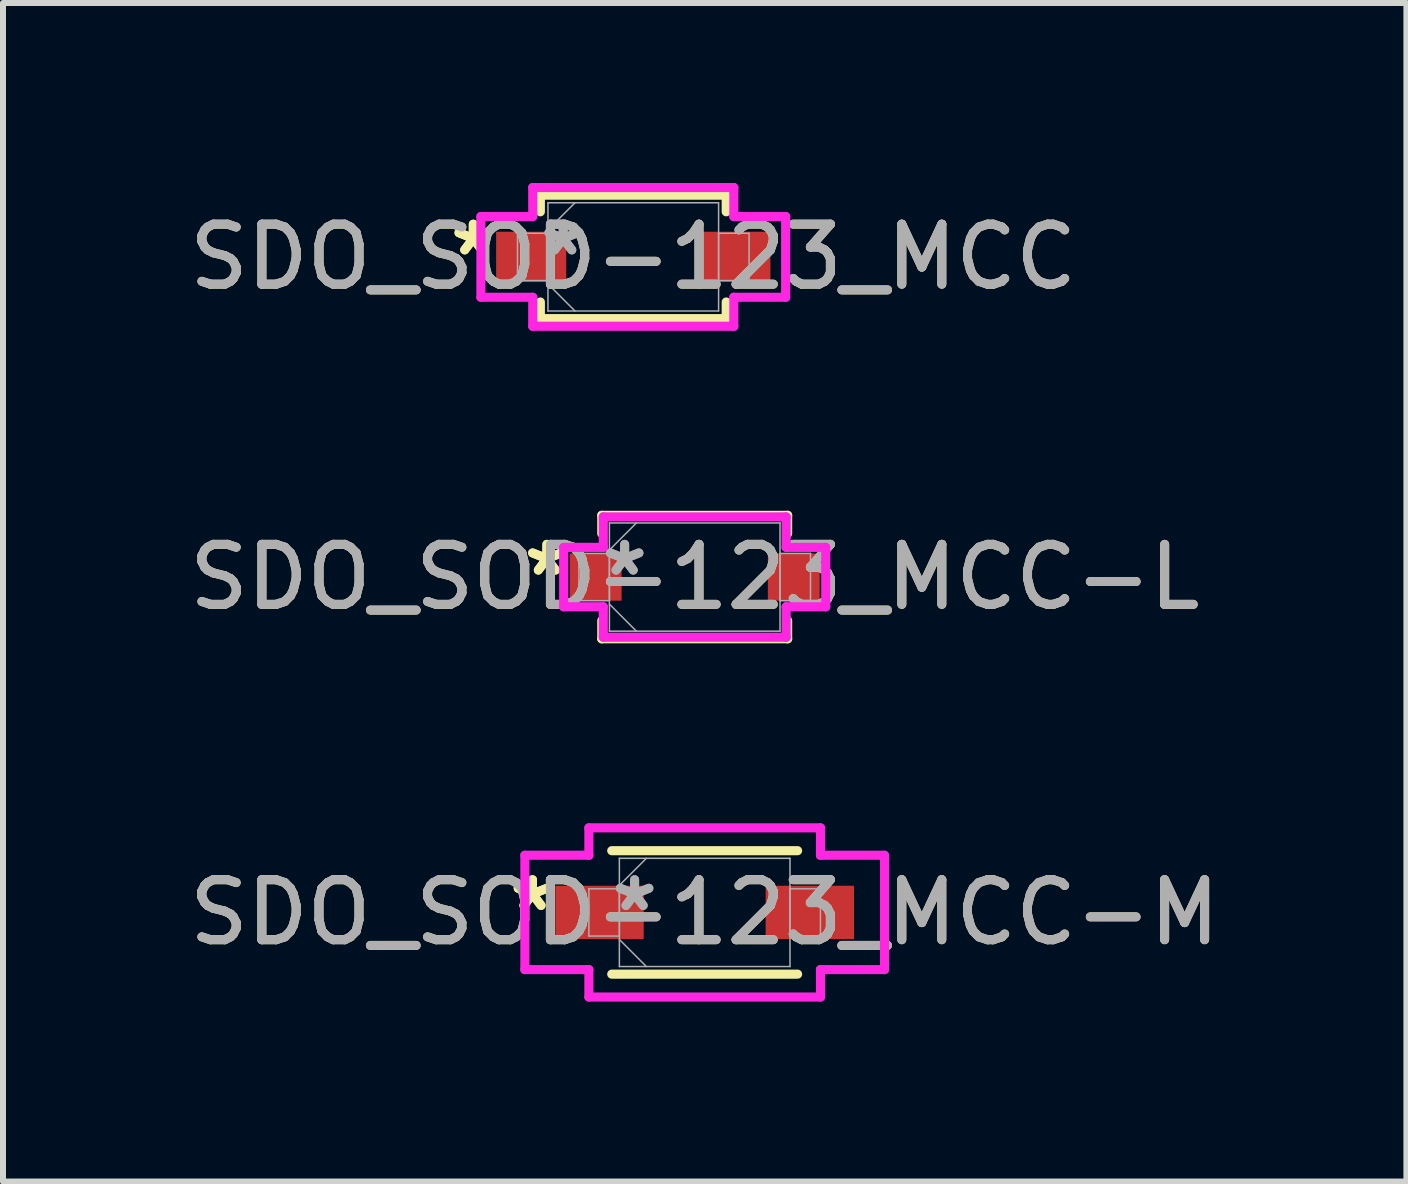
<source format=kicad_pcb>
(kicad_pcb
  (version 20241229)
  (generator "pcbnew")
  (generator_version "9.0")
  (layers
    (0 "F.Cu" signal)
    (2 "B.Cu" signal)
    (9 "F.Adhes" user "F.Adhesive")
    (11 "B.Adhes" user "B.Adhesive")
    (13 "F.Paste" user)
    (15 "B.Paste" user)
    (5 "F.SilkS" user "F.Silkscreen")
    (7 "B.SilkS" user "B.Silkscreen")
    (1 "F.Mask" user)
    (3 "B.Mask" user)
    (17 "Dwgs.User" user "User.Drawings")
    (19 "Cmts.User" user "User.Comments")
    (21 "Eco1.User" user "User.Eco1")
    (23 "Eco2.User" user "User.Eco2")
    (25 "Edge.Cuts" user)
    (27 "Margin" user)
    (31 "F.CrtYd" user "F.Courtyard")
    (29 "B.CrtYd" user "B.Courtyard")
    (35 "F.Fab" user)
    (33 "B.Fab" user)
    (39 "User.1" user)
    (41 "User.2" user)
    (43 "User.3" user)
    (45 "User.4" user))
  (footprint "SDO_SOD-123_MCC-M"
    (layer "F.Cu")
    (at 8.696 12.159)
    (property "Reference" "SDO_SOD-123_MCC-M" (at 0 0 0) (unlocked yes) (layer "F.SilkS") (effects (font (size 1 1) (thickness 0.15))))
    (attr smd)
    (fp_line (start -1.549 1.029) (end 1.549 1.029) (stroke (width 0.152) (type solid)) (layer "F.SilkS"))
    (fp_line (start 1.549 -1.029) (end -1.549 -1.029) (stroke (width 0.152) (type solid)) (layer "F.SilkS"))
    (fp_line (start -2.997 -0.953) (end -1.93 -0.953) (stroke (width 0.152) (type solid)) (layer "F.CrtYd"))
    (fp_line (start -2.997 0.953) (end -2.997 -0.953) (stroke (width 0.152) (type solid)) (layer "F.CrtYd"))
    (fp_line (start -1.93 -1.41) (end 1.93 -1.41) (stroke (width 0.152) (type solid)) (layer "F.CrtYd"))
    (fp_line (start -1.93 -0.953) (end -1.93 -1.41) (stroke (width 0.152) (type solid)) (layer "F.CrtYd"))
    (fp_line (start -1.93 0.953) (end -2.997 0.953) (stroke (width 0.152) (type solid)) (layer "F.CrtYd"))
    (fp_line (start -1.93 1.41) (end -1.93 0.953) (stroke (width 0.152) (type solid)) (layer "F.CrtYd"))
    (fp_line (start 1.93 -1.41) (end 1.93 -0.953) (stroke (width 0.152) (type solid)) (layer "F.CrtYd"))
    (fp_line (start 1.93 -0.953) (end 2.997 -0.953) (stroke (width 0.152) (type solid)) (layer "F.CrtYd"))
    (fp_line (start 1.93 0.953) (end 1.93 1.41) (stroke (width 0.152) (type solid)) (layer "F.CrtYd"))
    (fp_line (start 1.93 1.41) (end -1.93 1.41) (stroke (width 0.152) (type solid)) (layer "F.CrtYd"))
    (fp_line (start 2.997 -0.953) (end 2.997 0.953) (stroke (width 0.152) (type solid)) (layer "F.CrtYd"))
    (fp_line (start 2.997 0.953) (end 1.93 0.953) (stroke (width 0.152) (type solid)) (layer "F.CrtYd"))
    (fp_line (start -1.93 -0.394) (end -1.93 0.394) (stroke (width 0.025) (type solid)) (layer "F.Fab"))
    (fp_line (start -1.93 0.394) (end -1.422 0.394) (stroke (width 0.025) (type solid)) (layer "F.Fab"))
    (fp_line (start -1.422 -0.902) (end -1.422 0.902) (stroke (width 0.025) (type solid)) (layer "F.Fab"))
    (fp_line (start -1.422 -0.451) (end -0.972 -0.902) (stroke (width 0.025) (type solid)) (layer "F.Fab"))
    (fp_line (start -1.422 -0.394) (end -1.93 -0.394) (stroke (width 0.025) (type solid)) (layer "F.Fab"))
    (fp_line (start -1.422 0.394) (end -1.422 -0.394) (stroke (width 0.025) (type solid)) (layer "F.Fab"))
    (fp_line (start -1.422 0.451) (end -0.972 0.902) (stroke (width 0.025) (type solid)) (layer "F.Fab"))
    (fp_line (start -1.422 0.902) (end 1.422 0.902) (stroke (width 0.025) (type solid)) (layer "F.Fab"))
    (fp_line (start 1.422 -0.902) (end -1.422 -0.902) (stroke (width 0.025) (type solid)) (layer "F.Fab"))
    (fp_line (start 1.422 -0.394) (end 1.422 0.394) (stroke (width 0.025) (type solid)) (layer "F.Fab"))
    (fp_line (start 1.422 0.394) (end 1.93 0.394) (stroke (width 0.025) (type solid)) (layer "F.Fab"))
    (fp_line (start 1.422 0.902) (end 1.422 -0.902) (stroke (width 0.025) (type solid)) (layer "F.Fab"))
    (fp_line (start 1.93 -0.394) (end 1.422 -0.394) (stroke (width 0.025) (type solid)) (layer "F.Fab"))
    (fp_line (start 1.93 0.394) (end 1.93 -0.394) (stroke (width 0.025) (type solid)) (layer "F.Fab"))
    (fp_text user "*" (at -2.87 0 0) (unlocked yes) (layer "F.SilkS") (effects (font (size 1 1) (thickness 0.15))))
    (fp_text user "*" (at -2.87 0 0) (layer "F.SilkS") (effects (font (size 1 1) (thickness 0.15))))
    (fp_text user "${REFERENCE}" (at 0 0 0) (unlocked yes) (layer "F.Fab") (effects (font (size 1 1) (thickness 0.15))))
    (fp_text user "*" (at -1.168 0 0) (unlocked yes) (layer "F.Fab") (effects (font (size 1 1) (thickness 0.15))))
    (fp_text user "*" (at -1.168 0 0) (layer "F.Fab") (effects (font (size 1 1) (thickness 0.15))))
    (pad "1" smd rect (at -1.753 0) (size 1.473 0.889) (layers "F.Cu" "F.Mask" "F.Paste"))
    (pad "2" smd rect (at 1.753 0) (size 1.473 0.889) (layers "F.Cu" "F.Mask" "F.Paste")))
  (footprint "SDO_SOD-123_MCC-L"
    (layer "F.Cu")
    (at 8.53 6.569)
    (property "Reference" "SDO_SOD-123_MCC-L" (at 0 0 0) (unlocked yes) (layer "F.SilkS") (effects (font (size 1 1) (thickness 0.15))))
    (attr smd)
    (fp_line (start -1.549 -1.029) (end -1.549 -0.726) (stroke (width 0.152) (type solid)) (layer "F.SilkS"))
    (fp_line (start -1.549 0.726) (end -1.549 1.029) (stroke (width 0.152) (type solid)) (layer "F.SilkS"))
    (fp_line (start -1.549 1.029) (end 1.549 1.029) (stroke (width 0.152) (type solid)) (layer "F.SilkS"))
    (fp_line (start 1.549 -1.029) (end -1.549 -1.029) (stroke (width 0.152) (type solid)) (layer "F.SilkS"))
    (fp_line (start 1.549 -0.726) (end 1.549 -1.029) (stroke (width 0.152) (type solid)) (layer "F.SilkS"))
    (fp_line (start 1.549 1.029) (end 1.549 0.726) (stroke (width 0.152) (type solid)) (layer "F.SilkS"))
    (fp_line (start -2.184 -0.495) (end -1.524 -0.495) (stroke (width 0.152) (type solid)) (layer "F.CrtYd"))
    (fp_line (start -2.184 0.495) (end -2.184 -0.495) (stroke (width 0.152) (type solid)) (layer "F.CrtYd"))
    (fp_line (start -1.524 -1.003) (end 1.524 -1.003) (stroke (width 0.152) (type solid)) (layer "F.CrtYd"))
    (fp_line (start -1.524 -0.495) (end -1.524 -1.003) (stroke (width 0.152) (type solid)) (layer "F.CrtYd"))
    (fp_line (start -1.524 0.495) (end -2.184 0.495) (stroke (width 0.152) (type solid)) (layer "F.CrtYd"))
    (fp_line (start -1.524 1.003) (end -1.524 0.495) (stroke (width 0.152) (type solid)) (layer "F.CrtYd"))
    (fp_line (start 1.524 -1.003) (end 1.524 -0.495) (stroke (width 0.152) (type solid)) (layer "F.CrtYd"))
    (fp_line (start 1.524 -0.495) (end 2.184 -0.495) (stroke (width 0.152) (type solid)) (layer "F.CrtYd"))
    (fp_line (start 1.524 0.495) (end 1.524 1.003) (stroke (width 0.152) (type solid)) (layer "F.CrtYd"))
    (fp_line (start 1.524 1.003) (end -1.524 1.003) (stroke (width 0.152) (type solid)) (layer "F.CrtYd"))
    (fp_line (start 2.184 -0.495) (end 2.184 0.495) (stroke (width 0.152) (type solid)) (layer "F.CrtYd"))
    (fp_line (start 2.184 0.495) (end 1.524 0.495) (stroke (width 0.152) (type solid)) (layer "F.CrtYd"))
    (fp_line (start -1.93 -0.394) (end -1.93 0.394) (stroke (width 0.025) (type solid)) (layer "F.Fab"))
    (fp_line (start -1.93 0.394) (end -1.422 0.394) (stroke (width 0.025) (type solid)) (layer "F.Fab"))
    (fp_line (start -1.422 -0.902) (end -1.422 0.902) (stroke (width 0.025) (type solid)) (layer "F.Fab"))
    (fp_line (start -1.422 -0.451) (end -0.972 -0.902) (stroke (width 0.025) (type solid)) (layer "F.Fab"))
    (fp_line (start -1.422 -0.394) (end -1.93 -0.394) (stroke (width 0.025) (type solid)) (layer "F.Fab"))
    (fp_line (start -1.422 0.394) (end -1.422 -0.394) (stroke (width 0.025) (type solid)) (layer "F.Fab"))
    (fp_line (start -1.422 0.451) (end -0.972 0.902) (stroke (width 0.025) (type solid)) (layer "F.Fab"))
    (fp_line (start -1.422 0.902) (end 1.422 0.902) (stroke (width 0.025) (type solid)) (layer "F.Fab"))
    (fp_line (start 1.422 -0.902) (end -1.422 -0.902) (stroke (width 0.025) (type solid)) (layer "F.Fab"))
    (fp_line (start 1.422 -0.394) (end 1.422 0.394) (stroke (width 0.025) (type solid)) (layer "F.Fab"))
    (fp_line (start 1.422 0.394) (end 1.93 0.394) (stroke (width 0.025) (type solid)) (layer "F.Fab"))
    (fp_line (start 1.422 0.902) (end 1.422 -0.902) (stroke (width 0.025) (type solid)) (layer "F.Fab"))
    (fp_line (start 1.93 -0.394) (end 1.422 -0.394) (stroke (width 0.025) (type solid)) (layer "F.Fab"))
    (fp_line (start 1.93 0.394) (end 1.93 -0.394) (stroke (width 0.025) (type solid)) (layer "F.Fab"))
    (fp_text user "*" (at -2.464 0 0) (unlocked yes) (layer "F.SilkS") (effects (font (size 1 1) (thickness 0.15))))
    (fp_text user "*" (at -2.464 0 0) (layer "F.SilkS") (effects (font (size 1 1) (thickness 0.15))))
    (fp_text user "${REFERENCE}" (at 0 0 0) (unlocked yes) (layer "F.Fab") (effects (font (size 1 1) (thickness 0.15))))
    (fp_text user "*" (at -1.168 0 0) (layer "F.Fab") (effects (font (size 1 1) (thickness 0.15))))
    (fp_text user "*" (at -1.168 0 0) (unlocked yes) (layer "F.Fab") (effects (font (size 1 1) (thickness 0.15))))
    (pad "1" smd rect (at -1.651 0) (size 0.864 0.787) (layers "F.Cu" "F.Mask" "F.Paste"))
    (pad "2" smd rect (at 1.651 0) (size 0.864 0.787) (layers "F.Cu" "F.Mask" "F.Paste")))
  (footprint "SDO_SOD-123_MCC"
    (layer "F.Cu")
    (at 7.506 1.232)
    (property "Reference" "SDO_SOD-123_MCC" (at 0 0 0) (unlocked yes) (layer "F.SilkS") (effects (font (size 1 1) (thickness 0.15))))
    (attr smd)
    (fp_line (start -1.549 -1.029) (end -1.549 -0.752) (stroke (width 0.152) (type solid)) (layer "F.SilkS"))
    (fp_line (start -1.549 0.752) (end -1.549 1.029) (stroke (width 0.152) (type solid)) (layer "F.SilkS"))
    (fp_line (start -1.549 1.029) (end 1.549 1.029) (stroke (width 0.152) (type solid)) (layer "F.SilkS"))
    (fp_line (start 1.549 -1.029) (end -1.549 -1.029) (stroke (width 0.152) (type solid)) (layer "F.SilkS"))
    (fp_line (start 1.549 -0.752) (end 1.549 -1.029) (stroke (width 0.152) (type solid)) (layer "F.SilkS"))
    (fp_line (start 1.549 1.029) (end 1.549 0.752) (stroke (width 0.152) (type solid)) (layer "F.SilkS"))
    (fp_line (start -2.54 -0.673) (end -1.676 -0.673) (stroke (width 0.152) (type solid)) (layer "F.CrtYd"))
    (fp_line (start -2.54 0.673) (end -2.54 -0.673) (stroke (width 0.152) (type solid)) (layer "F.CrtYd"))
    (fp_line (start -1.676 -1.156) (end 1.676 -1.156) (stroke (width 0.152) (type solid)) (layer "F.CrtYd"))
    (fp_line (start -1.676 -0.673) (end -1.676 -1.156) (stroke (width 0.152) (type solid)) (layer "F.CrtYd"))
    (fp_line (start -1.676 0.673) (end -2.54 0.673) (stroke (width 0.152) (type solid)) (layer "F.CrtYd"))
    (fp_line (start -1.676 1.156) (end -1.676 0.673) (stroke (width 0.152) (type solid)) (layer "F.CrtYd"))
    (fp_line (start 1.676 -1.156) (end 1.676 -0.673) (stroke (width 0.152) (type solid)) (layer "F.CrtYd"))
    (fp_line (start 1.676 -0.673) (end 2.54 -0.673) (stroke (width 0.152) (type solid)) (layer "F.CrtYd"))
    (fp_line (start 1.676 0.673) (end 1.676 1.156) (stroke (width 0.152) (type solid)) (layer "F.CrtYd"))
    (fp_line (start 1.676 1.156) (end -1.676 1.156) (stroke (width 0.152) (type solid)) (layer "F.CrtYd"))
    (fp_line (start 2.54 -0.673) (end 2.54 0.673) (stroke (width 0.152) (type solid)) (layer "F.CrtYd"))
    (fp_line (start 2.54 0.673) (end 1.676 0.673) (stroke (width 0.152) (type solid)) (layer "F.CrtYd"))
    (fp_line (start -1.93 -0.394) (end -1.93 0.394) (stroke (width 0.025) (type solid)) (layer "F.Fab"))
    (fp_line (start -1.93 0.394) (end -1.422 0.394) (stroke (width 0.025) (type solid)) (layer "F.Fab"))
    (fp_line (start -1.422 -0.902) (end -1.422 0.902) (stroke (width 0.025) (type solid)) (layer "F.Fab"))
    (fp_line (start -1.422 -0.451) (end -0.972 -0.902) (stroke (width 0.025) (type solid)) (layer "F.Fab"))
    (fp_line (start -1.422 -0.394) (end -1.93 -0.394) (stroke (width 0.025) (type solid)) (layer "F.Fab"))
    (fp_line (start -1.422 0.394) (end -1.422 -0.394) (stroke (width 0.025) (type solid)) (layer "F.Fab"))
    (fp_line (start -1.422 0.451) (end -0.972 0.902) (stroke (width 0.025) (type solid)) (layer "F.Fab"))
    (fp_line (start -1.422 0.902) (end 1.422 0.902) (stroke (width 0.025) (type solid)) (layer "F.Fab"))
    (fp_line (start 1.422 -0.902) (end -1.422 -0.902) (stroke (width 0.025) (type solid)) (layer "F.Fab"))
    (fp_line (start 1.422 -0.394) (end 1.422 0.394) (stroke (width 0.025) (type solid)) (layer "F.Fab"))
    (fp_line (start 1.422 0.394) (end 1.93 0.394) (stroke (width 0.025) (type solid)) (layer "F.Fab"))
    (fp_line (start 1.422 0.902) (end 1.422 -0.902) (stroke (width 0.025) (type solid)) (layer "F.Fab"))
    (fp_line (start 1.93 -0.394) (end 1.422 -0.394) (stroke (width 0.025) (type solid)) (layer "F.Fab"))
    (fp_line (start 1.93 0.394) (end 1.93 -0.394) (stroke (width 0.025) (type solid)) (layer "F.Fab"))
    (fp_text user "*" (at -2.667 0 0) (layer "F.SilkS") (effects (font (size 1 1) (thickness 0.15))))
    (fp_text user "*" (at -2.667 0 0) (unlocked yes) (layer "F.SilkS") (effects (font (size 1 1) (thickness 0.15))))
    (fp_text user "*" (at -1.168 0 0) (layer "F.Fab") (effects (font (size 1 1) (thickness 0.15))))
    (fp_text user "${REFERENCE}" (at 0 0 0) (unlocked yes) (layer "F.Fab") (effects (font (size 1 1) (thickness 0.15))))
    (fp_text user "*" (at -1.168 0 0) (unlocked yes) (layer "F.Fab") (effects (font (size 1 1) (thickness 0.15))))
    (pad "1" smd rect (at -1.702 0) (size 1.168 0.838) (layers "F.Cu" "F.Mask" "F.Paste"))
    (pad "2" smd rect (at 1.702 0) (size 1.168 0.838) (layers "F.Cu" "F.Mask" "F.Paste")))
  (gr_rect
    (start -3 -3)
    (end 20.393 16.645)
    (stroke (width 0.1) (type default))
    (fill no)
    (layer "Edge.Cuts")))
</source>
